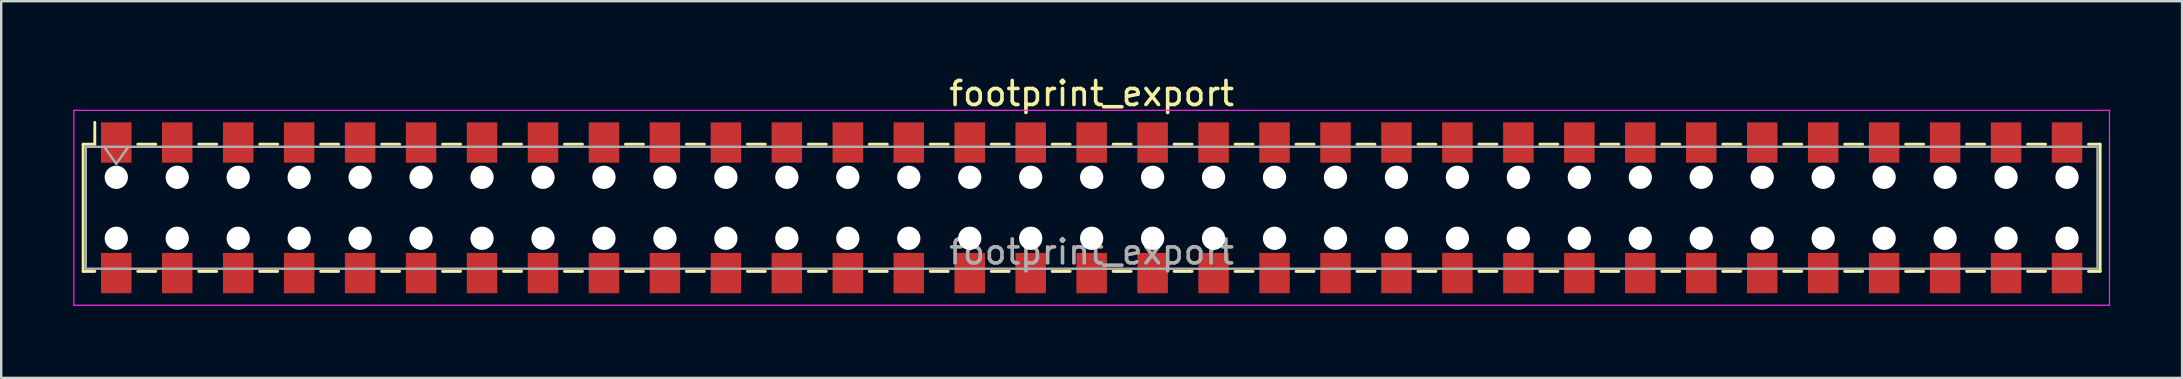
<source format=kicad_pcb>
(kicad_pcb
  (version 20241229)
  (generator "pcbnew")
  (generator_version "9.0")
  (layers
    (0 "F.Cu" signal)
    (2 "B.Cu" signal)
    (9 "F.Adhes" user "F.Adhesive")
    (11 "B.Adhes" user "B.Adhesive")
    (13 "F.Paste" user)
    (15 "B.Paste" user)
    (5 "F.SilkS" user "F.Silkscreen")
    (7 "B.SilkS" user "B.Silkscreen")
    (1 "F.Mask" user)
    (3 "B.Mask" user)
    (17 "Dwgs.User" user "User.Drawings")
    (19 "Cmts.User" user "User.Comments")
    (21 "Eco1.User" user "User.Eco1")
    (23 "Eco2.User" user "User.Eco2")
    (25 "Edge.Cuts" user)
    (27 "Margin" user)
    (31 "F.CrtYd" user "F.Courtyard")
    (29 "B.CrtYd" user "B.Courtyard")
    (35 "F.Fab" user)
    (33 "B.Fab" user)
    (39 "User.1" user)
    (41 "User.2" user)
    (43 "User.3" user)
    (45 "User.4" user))
  (footprint "footprint_export"
    (layer "F.Cu")
    (at 42.435 5.608)
    (property "Reference" "footprint_export" (at 0 -4.76 0) (layer "F.SilkS") (effects (font (size 1 1) (thickness 0.15))))
    (attr smd)
    (fp_line (start -42.02 -2.65) (end -42.02 2.65) (stroke (width 0.12) (type solid)) (layer "F.SilkS"))
    (fp_line (start -42.02 2.65) (end -41.535 2.65) (stroke (width 0.12) (type solid)) (layer "F.SilkS"))
    (fp_line (start -41.535 -3.56) (end -41.535 -2.65) (stroke (width 0.12) (type solid)) (layer "F.SilkS"))
    (fp_line (start -41.535 -2.65) (end -42.02 -2.65) (stroke (width 0.12) (type solid)) (layer "F.SilkS"))
    (fp_line (start -39.745 -2.65) (end -38.995 -2.65) (stroke (width 0.12) (type solid)) (layer "F.SilkS"))
    (fp_line (start -39.745 2.65) (end -38.995 2.65) (stroke (width 0.12) (type solid)) (layer "F.SilkS"))
    (fp_line (start -37.205 -2.65) (end -36.455 -2.65) (stroke (width 0.12) (type solid)) (layer "F.SilkS"))
    (fp_line (start -37.205 2.65) (end -36.455 2.65) (stroke (width 0.12) (type solid)) (layer "F.SilkS"))
    (fp_line (start -34.665 -2.65) (end -33.915 -2.65) (stroke (width 0.12) (type solid)) (layer "F.SilkS"))
    (fp_line (start -34.665 2.65) (end -33.915 2.65) (stroke (width 0.12) (type solid)) (layer "F.SilkS"))
    (fp_line (start -32.125 -2.65) (end -31.375 -2.65) (stroke (width 0.12) (type solid)) (layer "F.SilkS"))
    (fp_line (start -32.125 2.65) (end -31.375 2.65) (stroke (width 0.12) (type solid)) (layer "F.SilkS"))
    (fp_line (start -29.585 -2.65) (end -28.835 -2.65) (stroke (width 0.12) (type solid)) (layer "F.SilkS"))
    (fp_line (start -29.585 2.65) (end -28.835 2.65) (stroke (width 0.12) (type solid)) (layer "F.SilkS"))
    (fp_line (start -27.045 -2.65) (end -26.295 -2.65) (stroke (width 0.12) (type solid)) (layer "F.SilkS"))
    (fp_line (start -27.045 2.65) (end -26.295 2.65) (stroke (width 0.12) (type solid)) (layer "F.SilkS"))
    (fp_line (start -24.505 -2.65) (end -23.755 -2.65) (stroke (width 0.12) (type solid)) (layer "F.SilkS"))
    (fp_line (start -24.505 2.65) (end -23.755 2.65) (stroke (width 0.12) (type solid)) (layer "F.SilkS"))
    (fp_line (start -21.965 -2.65) (end -21.215 -2.65) (stroke (width 0.12) (type solid)) (layer "F.SilkS"))
    (fp_line (start -21.965 2.65) (end -21.215 2.65) (stroke (width 0.12) (type solid)) (layer "F.SilkS"))
    (fp_line (start -19.425 -2.65) (end -18.675 -2.65) (stroke (width 0.12) (type solid)) (layer "F.SilkS"))
    (fp_line (start -19.425 2.65) (end -18.675 2.65) (stroke (width 0.12) (type solid)) (layer "F.SilkS"))
    (fp_line (start -16.885 -2.65) (end -16.135 -2.65) (stroke (width 0.12) (type solid)) (layer "F.SilkS"))
    (fp_line (start -16.885 2.65) (end -16.135 2.65) (stroke (width 0.12) (type solid)) (layer "F.SilkS"))
    (fp_line (start -14.345 -2.65) (end -13.595 -2.65) (stroke (width 0.12) (type solid)) (layer "F.SilkS"))
    (fp_line (start -14.345 2.65) (end -13.595 2.65) (stroke (width 0.12) (type solid)) (layer "F.SilkS"))
    (fp_line (start -11.805 -2.65) (end -11.055 -2.65) (stroke (width 0.12) (type solid)) (layer "F.SilkS"))
    (fp_line (start -11.805 2.65) (end -11.055 2.65) (stroke (width 0.12) (type solid)) (layer "F.SilkS"))
    (fp_line (start -9.265 -2.65) (end -8.515 -2.65) (stroke (width 0.12) (type solid)) (layer "F.SilkS"))
    (fp_line (start -9.265 2.65) (end -8.515 2.65) (stroke (width 0.12) (type solid)) (layer "F.SilkS"))
    (fp_line (start -6.725 -2.65) (end -5.975 -2.65) (stroke (width 0.12) (type solid)) (layer "F.SilkS"))
    (fp_line (start -6.725 2.65) (end -5.975 2.65) (stroke (width 0.12) (type solid)) (layer "F.SilkS"))
    (fp_line (start -4.185 -2.65) (end -3.435 -2.65) (stroke (width 0.12) (type solid)) (layer "F.SilkS"))
    (fp_line (start -4.185 2.65) (end -3.435 2.65) (stroke (width 0.12) (type solid)) (layer "F.SilkS"))
    (fp_line (start -1.645 -2.65) (end -0.895 -2.65) (stroke (width 0.12) (type solid)) (layer "F.SilkS"))
    (fp_line (start -1.645 2.65) (end -0.895 2.65) (stroke (width 0.12) (type solid)) (layer "F.SilkS"))
    (fp_line (start 0.895 -2.65) (end 1.645 -2.65) (stroke (width 0.12) (type solid)) (layer "F.SilkS"))
    (fp_line (start 0.895 2.65) (end 1.645 2.65) (stroke (width 0.12) (type solid)) (layer "F.SilkS"))
    (fp_line (start 3.435 -2.65) (end 4.185 -2.65) (stroke (width 0.12) (type solid)) (layer "F.SilkS"))
    (fp_line (start 3.435 2.65) (end 4.185 2.65) (stroke (width 0.12) (type solid)) (layer "F.SilkS"))
    (fp_line (start 5.975 -2.65) (end 6.725 -2.65) (stroke (width 0.12) (type solid)) (layer "F.SilkS"))
    (fp_line (start 5.975 2.65) (end 6.725 2.65) (stroke (width 0.12) (type solid)) (layer "F.SilkS"))
    (fp_line (start 8.515 -2.65) (end 9.265 -2.65) (stroke (width 0.12) (type solid)) (layer "F.SilkS"))
    (fp_line (start 8.515 2.65) (end 9.265 2.65) (stroke (width 0.12) (type solid)) (layer "F.SilkS"))
    (fp_line (start 11.055 -2.65) (end 11.805 -2.65) (stroke (width 0.12) (type solid)) (layer "F.SilkS"))
    (fp_line (start 11.055 2.65) (end 11.805 2.65) (stroke (width 0.12) (type solid)) (layer "F.SilkS"))
    (fp_line (start 13.595 -2.65) (end 14.345 -2.65) (stroke (width 0.12) (type solid)) (layer "F.SilkS"))
    (fp_line (start 13.595 2.65) (end 14.345 2.65) (stroke (width 0.12) (type solid)) (layer "F.SilkS"))
    (fp_line (start 16.135 -2.65) (end 16.885 -2.65) (stroke (width 0.12) (type solid)) (layer "F.SilkS"))
    (fp_line (start 16.135 2.65) (end 16.885 2.65) (stroke (width 0.12) (type solid)) (layer "F.SilkS"))
    (fp_line (start 18.675 -2.65) (end 19.425 -2.65) (stroke (width 0.12) (type solid)) (layer "F.SilkS"))
    (fp_line (start 18.675 2.65) (end 19.425 2.65) (stroke (width 0.12) (type solid)) (layer "F.SilkS"))
    (fp_line (start 21.215 -2.65) (end 21.965 -2.65) (stroke (width 0.12) (type solid)) (layer "F.SilkS"))
    (fp_line (start 21.215 2.65) (end 21.965 2.65) (stroke (width 0.12) (type solid)) (layer "F.SilkS"))
    (fp_line (start 23.755 -2.65) (end 24.505 -2.65) (stroke (width 0.12) (type solid)) (layer "F.SilkS"))
    (fp_line (start 23.755 2.65) (end 24.505 2.65) (stroke (width 0.12) (type solid)) (layer "F.SilkS"))
    (fp_line (start 26.295 -2.65) (end 27.045 -2.65) (stroke (width 0.12) (type solid)) (layer "F.SilkS"))
    (fp_line (start 26.295 2.65) (end 27.045 2.65) (stroke (width 0.12) (type solid)) (layer "F.SilkS"))
    (fp_line (start 28.835 -2.65) (end 29.585 -2.65) (stroke (width 0.12) (type solid)) (layer "F.SilkS"))
    (fp_line (start 28.835 2.65) (end 29.585 2.65) (stroke (width 0.12) (type solid)) (layer "F.SilkS"))
    (fp_line (start 31.375 -2.65) (end 32.125 -2.65) (stroke (width 0.12) (type solid)) (layer "F.SilkS"))
    (fp_line (start 31.375 2.65) (end 32.125 2.65) (stroke (width 0.12) (type solid)) (layer "F.SilkS"))
    (fp_line (start 33.915 -2.65) (end 34.665 -2.65) (stroke (width 0.12) (type solid)) (layer "F.SilkS"))
    (fp_line (start 33.915 2.65) (end 34.665 2.65) (stroke (width 0.12) (type solid)) (layer "F.SilkS"))
    (fp_line (start 36.455 -2.65) (end 37.205 -2.65) (stroke (width 0.12) (type solid)) (layer "F.SilkS"))
    (fp_line (start 36.455 2.65) (end 37.205 2.65) (stroke (width 0.12) (type solid)) (layer "F.SilkS"))
    (fp_line (start 38.995 -2.65) (end 39.745 -2.65) (stroke (width 0.12) (type solid)) (layer "F.SilkS"))
    (fp_line (start 38.995 2.65) (end 39.745 2.65) (stroke (width 0.12) (type solid)) (layer "F.SilkS"))
    (fp_line (start 41.535 -2.65) (end 42.02 -2.65) (stroke (width 0.12) (type solid)) (layer "F.SilkS"))
    (fp_line (start 42.02 -2.65) (end 42.02 2.65) (stroke (width 0.12) (type solid)) (layer "F.SilkS"))
    (fp_line (start 42.02 2.65) (end 41.535 2.65) (stroke (width 0.12) (type solid)) (layer "F.SilkS"))
    (fp_line (start -42.41 -4.06) (end 42.41 -4.06) (stroke (width 0.05) (type solid)) (layer "F.CrtYd"))
    (fp_line (start -42.41 4.06) (end -42.41 -4.06) (stroke (width 0.05) (type solid)) (layer "F.CrtYd"))
    (fp_line (start 42.41 -4.06) (end 42.41 4.06) (stroke (width 0.05) (type solid)) (layer "F.CrtYd"))
    (fp_line (start 42.41 4.06) (end -42.41 4.06) (stroke (width 0.05) (type solid)) (layer "F.CrtYd"))
    (fp_line (start -41.91 -2.54) (end 41.91 -2.54) (stroke (width 0.1) (type solid)) (layer "F.Fab"))
    (fp_line (start -41.91 2.54) (end -41.91 -2.54) (stroke (width 0.1) (type solid)) (layer "F.Fab"))
    (fp_line (start -41.14 -2.54) (end -40.64 -1.833) (stroke (width 0.1) (type solid)) (layer "F.Fab"))
    (fp_line (start -40.64 -1.833) (end -40.14 -2.54) (stroke (width 0.1) (type solid)) (layer "F.Fab"))
    (fp_line (start 41.91 -2.54) (end 41.91 2.54) (stroke (width 0.1) (type solid)) (layer "F.Fab"))
    (fp_line (start 41.91 2.54) (end -41.91 2.54) (stroke (width 0.1) (type solid)) (layer "F.Fab"))
    (fp_text user "${REFERENCE}" (at 0 1.84 0) (layer "F.Fab") (effects (font (size 1 1) (thickness 0.15))))
    (pad "" np_thru_hole circle (at -40.64 -1.27) (size 0.97 0.97) (drill 0.97) (layers "*.Cu" "*.Mask"))
    (pad "" np_thru_hole circle (at -40.64 1.27) (size 0.97 0.97) (drill 0.97) (layers "*.Cu" "*.Mask"))
    (pad "" np_thru_hole circle (at -38.1 -1.27) (size 0.97 0.97) (drill 0.97) (layers "*.Cu" "*.Mask"))
    (pad "" np_thru_hole circle (at -38.1 1.27) (size 0.97 0.97) (drill 0.97) (layers "*.Cu" "*.Mask"))
    (pad "" np_thru_hole circle (at -35.56 -1.27) (size 0.97 0.97) (drill 0.97) (layers "*.Cu" "*.Mask"))
    (pad "" np_thru_hole circle (at -35.56 1.27) (size 0.97 0.97) (drill 0.97) (layers "*.Cu" "*.Mask"))
    (pad "" np_thru_hole circle (at -33.02 -1.27) (size 0.97 0.97) (drill 0.97) (layers "*.Cu" "*.Mask"))
    (pad "" np_thru_hole circle (at -33.02 1.27) (size 0.97 0.97) (drill 0.97) (layers "*.Cu" "*.Mask"))
    (pad "" np_thru_hole circle (at -30.48 -1.27) (size 0.97 0.97) (drill 0.97) (layers "*.Cu" "*.Mask"))
    (pad "" np_thru_hole circle (at -30.48 1.27) (size 0.97 0.97) (drill 0.97) (layers "*.Cu" "*.Mask"))
    (pad "" np_thru_hole circle (at -27.94 -1.27) (size 0.97 0.97) (drill 0.97) (layers "*.Cu" "*.Mask"))
    (pad "" np_thru_hole circle (at -27.94 1.27) (size 0.97 0.97) (drill 0.97) (layers "*.Cu" "*.Mask"))
    (pad "" np_thru_hole circle (at -25.4 -1.27) (size 0.97 0.97) (drill 0.97) (layers "*.Cu" "*.Mask"))
    (pad "" np_thru_hole circle (at -25.4 1.27) (size 0.97 0.97) (drill 0.97) (layers "*.Cu" "*.Mask"))
    (pad "" np_thru_hole circle (at -22.86 -1.27) (size 0.97 0.97) (drill 0.97) (layers "*.Cu" "*.Mask"))
    (pad "" np_thru_hole circle (at -22.86 1.27) (size 0.97 0.97) (drill 0.97) (layers "*.Cu" "*.Mask"))
    (pad "" np_thru_hole circle (at -20.32 -1.27) (size 0.97 0.97) (drill 0.97) (layers "*.Cu" "*.Mask"))
    (pad "" np_thru_hole circle (at -20.32 1.27) (size 0.97 0.97) (drill 0.97) (layers "*.Cu" "*.Mask"))
    (pad "" np_thru_hole circle (at -17.78 -1.27) (size 0.97 0.97) (drill 0.97) (layers "*.Cu" "*.Mask"))
    (pad "" np_thru_hole circle (at -17.78 1.27) (size 0.97 0.97) (drill 0.97) (layers "*.Cu" "*.Mask"))
    (pad "" np_thru_hole circle (at -15.24 -1.27) (size 0.97 0.97) (drill 0.97) (layers "*.Cu" "*.Mask"))
    (pad "" np_thru_hole circle (at -15.24 1.27) (size 0.97 0.97) (drill 0.97) (layers "*.Cu" "*.Mask"))
    (pad "" np_thru_hole circle (at -12.7 -1.27) (size 0.97 0.97) (drill 0.97) (layers "*.Cu" "*.Mask"))
    (pad "" np_thru_hole circle (at -12.7 1.27) (size 0.97 0.97) (drill 0.97) (layers "*.Cu" "*.Mask"))
    (pad "" np_thru_hole circle (at -10.16 -1.27) (size 0.97 0.97) (drill 0.97) (layers "*.Cu" "*.Mask"))
    (pad "" np_thru_hole circle (at -10.16 1.27) (size 0.97 0.97) (drill 0.97) (layers "*.Cu" "*.Mask"))
    (pad "" np_thru_hole circle (at -7.62 -1.27) (size 0.97 0.97) (drill 0.97) (layers "*.Cu" "*.Mask"))
    (pad "" np_thru_hole circle (at -7.62 1.27) (size 0.97 0.97) (drill 0.97) (layers "*.Cu" "*.Mask"))
    (pad "" np_thru_hole circle (at -5.08 -1.27) (size 0.97 0.97) (drill 0.97) (layers "*.Cu" "*.Mask"))
    (pad "" np_thru_hole circle (at -5.08 1.27) (size 0.97 0.97) (drill 0.97) (layers "*.Cu" "*.Mask"))
    (pad "" np_thru_hole circle (at -2.54 -1.27) (size 0.97 0.97) (drill 0.97) (layers "*.Cu" "*.Mask"))
    (pad "" np_thru_hole circle (at -2.54 1.27) (size 0.97 0.97) (drill 0.97) (layers "*.Cu" "*.Mask"))
    (pad "" np_thru_hole circle (at 0 -1.27) (size 0.97 0.97) (drill 0.97) (layers "*.Cu" "*.Mask"))
    (pad "" np_thru_hole circle (at 0 1.27) (size 0.97 0.97) (drill 0.97) (layers "*.Cu" "*.Mask"))
    (pad "" np_thru_hole circle (at 2.54 -1.27) (size 0.97 0.97) (drill 0.97) (layers "*.Cu" "*.Mask"))
    (pad "" np_thru_hole circle (at 2.54 1.27) (size 0.97 0.97) (drill 0.97) (layers "*.Cu" "*.Mask"))
    (pad "" np_thru_hole circle (at 5.08 -1.27) (size 0.97 0.97) (drill 0.97) (layers "*.Cu" "*.Mask"))
    (pad "" np_thru_hole circle (at 5.08 1.27) (size 0.97 0.97) (drill 0.97) (layers "*.Cu" "*.Mask"))
    (pad "" np_thru_hole circle (at 7.62 -1.27) (size 0.97 0.97) (drill 0.97) (layers "*.Cu" "*.Mask"))
    (pad "" np_thru_hole circle (at 7.62 1.27) (size 0.97 0.97) (drill 0.97) (layers "*.Cu" "*.Mask"))
    (pad "" np_thru_hole circle (at 10.16 -1.27) (size 0.97 0.97) (drill 0.97) (layers "*.Cu" "*.Mask"))
    (pad "" np_thru_hole circle (at 10.16 1.27) (size 0.97 0.97) (drill 0.97) (layers "*.Cu" "*.Mask"))
    (pad "" np_thru_hole circle (at 12.7 -1.27) (size 0.97 0.97) (drill 0.97) (layers "*.Cu" "*.Mask"))
    (pad "" np_thru_hole circle (at 12.7 1.27) (size 0.97 0.97) (drill 0.97) (layers "*.Cu" "*.Mask"))
    (pad "" np_thru_hole circle (at 15.24 -1.27) (size 0.97 0.97) (drill 0.97) (layers "*.Cu" "*.Mask"))
    (pad "" np_thru_hole circle (at 15.24 1.27) (size 0.97 0.97) (drill 0.97) (layers "*.Cu" "*.Mask"))
    (pad "" np_thru_hole circle (at 17.78 -1.27) (size 0.97 0.97) (drill 0.97) (layers "*.Cu" "*.Mask"))
    (pad "" np_thru_hole circle (at 17.78 1.27) (size 0.97 0.97) (drill 0.97) (layers "*.Cu" "*.Mask"))
    (pad "" np_thru_hole circle (at 20.32 -1.27) (size 0.97 0.97) (drill 0.97) (layers "*.Cu" "*.Mask"))
    (pad "" np_thru_hole circle (at 20.32 1.27) (size 0.97 0.97) (drill 0.97) (layers "*.Cu" "*.Mask"))
    (pad "" np_thru_hole circle (at 22.86 -1.27) (size 0.97 0.97) (drill 0.97) (layers "*.Cu" "*.Mask"))
    (pad "" np_thru_hole circle (at 22.86 1.27) (size 0.97 0.97) (drill 0.97) (layers "*.Cu" "*.Mask"))
    (pad "" np_thru_hole circle (at 25.4 -1.27) (size 0.97 0.97) (drill 0.97) (layers "*.Cu" "*.Mask"))
    (pad "" np_thru_hole circle (at 25.4 1.27) (size 0.97 0.97) (drill 0.97) (layers "*.Cu" "*.Mask"))
    (pad "" np_thru_hole circle (at 27.94 -1.27) (size 0.97 0.97) (drill 0.97) (layers "*.Cu" "*.Mask"))
    (pad "" np_thru_hole circle (at 27.94 1.27) (size 0.97 0.97) (drill 0.97) (layers "*.Cu" "*.Mask"))
    (pad "" np_thru_hole circle (at 30.48 -1.27) (size 0.97 0.97) (drill 0.97) (layers "*.Cu" "*.Mask"))
    (pad "" np_thru_hole circle (at 30.48 1.27) (size 0.97 0.97) (drill 0.97) (layers "*.Cu" "*.Mask"))
    (pad "" np_thru_hole circle (at 33.02 -1.27) (size 0.97 0.97) (drill 0.97) (layers "*.Cu" "*.Mask"))
    (pad "" np_thru_hole circle (at 33.02 1.27) (size 0.97 0.97) (drill 0.97) (layers "*.Cu" "*.Mask"))
    (pad "" np_thru_hole circle (at 35.56 -1.27) (size 0.97 0.97) (drill 0.97) (layers "*.Cu" "*.Mask"))
    (pad "" np_thru_hole circle (at 35.56 1.27) (size 0.97 0.97) (drill 0.97) (layers "*.Cu" "*.Mask"))
    (pad "" np_thru_hole circle (at 38.1 -1.27) (size 0.97 0.97) (drill 0.97) (layers "*.Cu" "*.Mask"))
    (pad "" np_thru_hole circle (at 38.1 1.27) (size 0.97 0.97) (drill 0.97) (layers "*.Cu" "*.Mask"))
    (pad "" np_thru_hole circle (at 40.64 -1.27) (size 0.97 0.97) (drill 0.97) (layers "*.Cu" "*.Mask"))
    (pad "" np_thru_hole circle (at 40.64 1.27) (size 0.97 0.97) (drill 0.97) (layers "*.Cu" "*.Mask"))
    (pad "1" smd rect (at -40.64 -2.72) (size 1.27 1.68) (layers "F.Cu" "F.Mask" "F.Paste"))
    (pad "2" smd rect (at -40.64 2.72) (size 1.27 1.68) (layers "F.Cu" "F.Mask" "F.Paste"))
    (pad "3" smd rect (at -38.1 -2.72) (size 1.27 1.68) (layers "F.Cu" "F.Mask" "F.Paste"))
    (pad "4" smd rect (at -38.1 2.72) (size 1.27 1.68) (layers "F.Cu" "F.Mask" "F.Paste"))
    (pad "5" smd rect (at -35.56 -2.72) (size 1.27 1.68) (layers "F.Cu" "F.Mask" "F.Paste"))
    (pad "6" smd rect (at -35.56 2.72) (size 1.27 1.68) (layers "F.Cu" "F.Mask" "F.Paste"))
    (pad "7" smd rect (at -33.02 -2.72) (size 1.27 1.68) (layers "F.Cu" "F.Mask" "F.Paste"))
    (pad "8" smd rect (at -33.02 2.72) (size 1.27 1.68) (layers "F.Cu" "F.Mask" "F.Paste"))
    (pad "9" smd rect (at -30.48 -2.72) (size 1.27 1.68) (layers "F.Cu" "F.Mask" "F.Paste"))
    (pad "10" smd rect (at -30.48 2.72) (size 1.27 1.68) (layers "F.Cu" "F.Mask" "F.Paste"))
    (pad "11" smd rect (at -27.94 -2.72) (size 1.27 1.68) (layers "F.Cu" "F.Mask" "F.Paste"))
    (pad "12" smd rect (at -27.94 2.72) (size 1.27 1.68) (layers "F.Cu" "F.Mask" "F.Paste"))
    (pad "13" smd rect (at -25.4 -2.72) (size 1.27 1.68) (layers "F.Cu" "F.Mask" "F.Paste"))
    (pad "14" smd rect (at -25.4 2.72) (size 1.27 1.68) (layers "F.Cu" "F.Mask" "F.Paste"))
    (pad "15" smd rect (at -22.86 -2.72) (size 1.27 1.68) (layers "F.Cu" "F.Mask" "F.Paste"))
    (pad "16" smd rect (at -22.86 2.72) (size 1.27 1.68) (layers "F.Cu" "F.Mask" "F.Paste"))
    (pad "17" smd rect (at -20.32 -2.72) (size 1.27 1.68) (layers "F.Cu" "F.Mask" "F.Paste"))
    (pad "18" smd rect (at -20.32 2.72) (size 1.27 1.68) (layers "F.Cu" "F.Mask" "F.Paste"))
    (pad "19" smd rect (at -17.78 -2.72) (size 1.27 1.68) (layers "F.Cu" "F.Mask" "F.Paste"))
    (pad "20" smd rect (at -17.78 2.72) (size 1.27 1.68) (layers "F.Cu" "F.Mask" "F.Paste"))
    (pad "21" smd rect (at -15.24 -2.72) (size 1.27 1.68) (layers "F.Cu" "F.Mask" "F.Paste"))
    (pad "22" smd rect (at -15.24 2.72) (size 1.27 1.68) (layers "F.Cu" "F.Mask" "F.Paste"))
    (pad "23" smd rect (at -12.7 -2.72) (size 1.27 1.68) (layers "F.Cu" "F.Mask" "F.Paste"))
    (pad "24" smd rect (at -12.7 2.72) (size 1.27 1.68) (layers "F.Cu" "F.Mask" "F.Paste"))
    (pad "25" smd rect (at -10.16 -2.72) (size 1.27 1.68) (layers "F.Cu" "F.Mask" "F.Paste"))
    (pad "26" smd rect (at -10.16 2.72) (size 1.27 1.68) (layers "F.Cu" "F.Mask" "F.Paste"))
    (pad "27" smd rect (at -7.62 -2.72) (size 1.27 1.68) (layers "F.Cu" "F.Mask" "F.Paste"))
    (pad "28" smd rect (at -7.62 2.72) (size 1.27 1.68) (layers "F.Cu" "F.Mask" "F.Paste"))
    (pad "29" smd rect (at -5.08 -2.72) (size 1.27 1.68) (layers "F.Cu" "F.Mask" "F.Paste"))
    (pad "30" smd rect (at -5.08 2.72) (size 1.27 1.68) (layers "F.Cu" "F.Mask" "F.Paste"))
    (pad "31" smd rect (at -2.54 -2.72) (size 1.27 1.68) (layers "F.Cu" "F.Mask" "F.Paste"))
    (pad "32" smd rect (at -2.54 2.72) (size 1.27 1.68) (layers "F.Cu" "F.Mask" "F.Paste"))
    (pad "33" smd rect (at 0 -2.72) (size 1.27 1.68) (layers "F.Cu" "F.Mask" "F.Paste"))
    (pad "34" smd rect (at 0 2.72) (size 1.27 1.68) (layers "F.Cu" "F.Mask" "F.Paste"))
    (pad "35" smd rect (at 2.54 -2.72) (size 1.27 1.68) (layers "F.Cu" "F.Mask" "F.Paste"))
    (pad "36" smd rect (at 2.54 2.72) (size 1.27 1.68) (layers "F.Cu" "F.Mask" "F.Paste"))
    (pad "37" smd rect (at 5.08 -2.72) (size 1.27 1.68) (layers "F.Cu" "F.Mask" "F.Paste"))
    (pad "38" smd rect (at 5.08 2.72) (size 1.27 1.68) (layers "F.Cu" "F.Mask" "F.Paste"))
    (pad "39" smd rect (at 7.62 -2.72) (size 1.27 1.68) (layers "F.Cu" "F.Mask" "F.Paste"))
    (pad "40" smd rect (at 7.62 2.72) (size 1.27 1.68) (layers "F.Cu" "F.Mask" "F.Paste"))
    (pad "41" smd rect (at 10.16 -2.72) (size 1.27 1.68) (layers "F.Cu" "F.Mask" "F.Paste"))
    (pad "42" smd rect (at 10.16 2.72) (size 1.27 1.68) (layers "F.Cu" "F.Mask" "F.Paste"))
    (pad "43" smd rect (at 12.7 -2.72) (size 1.27 1.68) (layers "F.Cu" "F.Mask" "F.Paste"))
    (pad "44" smd rect (at 12.7 2.72) (size 1.27 1.68) (layers "F.Cu" "F.Mask" "F.Paste"))
    (pad "45" smd rect (at 15.24 -2.72) (size 1.27 1.68) (layers "F.Cu" "F.Mask" "F.Paste"))
    (pad "46" smd rect (at 15.24 2.72) (size 1.27 1.68) (layers "F.Cu" "F.Mask" "F.Paste"))
    (pad "47" smd rect (at 17.78 -2.72) (size 1.27 1.68) (layers "F.Cu" "F.Mask" "F.Paste"))
    (pad "48" smd rect (at 17.78 2.72) (size 1.27 1.68) (layers "F.Cu" "F.Mask" "F.Paste"))
    (pad "49" smd rect (at 20.32 -2.72) (size 1.27 1.68) (layers "F.Cu" "F.Mask" "F.Paste"))
    (pad "50" smd rect (at 20.32 2.72) (size 1.27 1.68) (layers "F.Cu" "F.Mask" "F.Paste"))
    (pad "51" smd rect (at 22.86 -2.72) (size 1.27 1.68) (layers "F.Cu" "F.Mask" "F.Paste"))
    (pad "52" smd rect (at 22.86 2.72) (size 1.27 1.68) (layers "F.Cu" "F.Mask" "F.Paste"))
    (pad "53" smd rect (at 25.4 -2.72) (size 1.27 1.68) (layers "F.Cu" "F.Mask" "F.Paste"))
    (pad "54" smd rect (at 25.4 2.72) (size 1.27 1.68) (layers "F.Cu" "F.Mask" "F.Paste"))
    (pad "55" smd rect (at 27.94 -2.72) (size 1.27 1.68) (layers "F.Cu" "F.Mask" "F.Paste"))
    (pad "56" smd rect (at 27.94 2.72) (size 1.27 1.68) (layers "F.Cu" "F.Mask" "F.Paste"))
    (pad "57" smd rect (at 30.48 -2.72) (size 1.27 1.68) (layers "F.Cu" "F.Mask" "F.Paste"))
    (pad "58" smd rect (at 30.48 2.72) (size 1.27 1.68) (layers "F.Cu" "F.Mask" "F.Paste"))
    (pad "59" smd rect (at 33.02 -2.72) (size 1.27 1.68) (layers "F.Cu" "F.Mask" "F.Paste"))
    (pad "60" smd rect (at 33.02 2.72) (size 1.27 1.68) (layers "F.Cu" "F.Mask" "F.Paste"))
    (pad "61" smd rect (at 35.56 -2.72) (size 1.27 1.68) (layers "F.Cu" "F.Mask" "F.Paste"))
    (pad "62" smd rect (at 35.56 2.72) (size 1.27 1.68) (layers "F.Cu" "F.Mask" "F.Paste"))
    (pad "63" smd rect (at 38.1 -2.72) (size 1.27 1.68) (layers "F.Cu" "F.Mask" "F.Paste"))
    (pad "64" smd rect (at 38.1 2.72) (size 1.27 1.68) (layers "F.Cu" "F.Mask" "F.Paste"))
    (pad "65" smd rect (at 40.64 -2.72) (size 1.27 1.68) (layers "F.Cu" "F.Mask" "F.Paste"))
    (pad "66" smd rect (at 40.64 2.72) (size 1.27 1.68) (layers "F.Cu" "F.Mask" "F.Paste")))
  (gr_rect
    (start -3 -3)
    (end 87.87 12.693)
    (stroke (width 0.1) (type default))
    (fill no)
    (layer "Edge.Cuts")))
</source>
